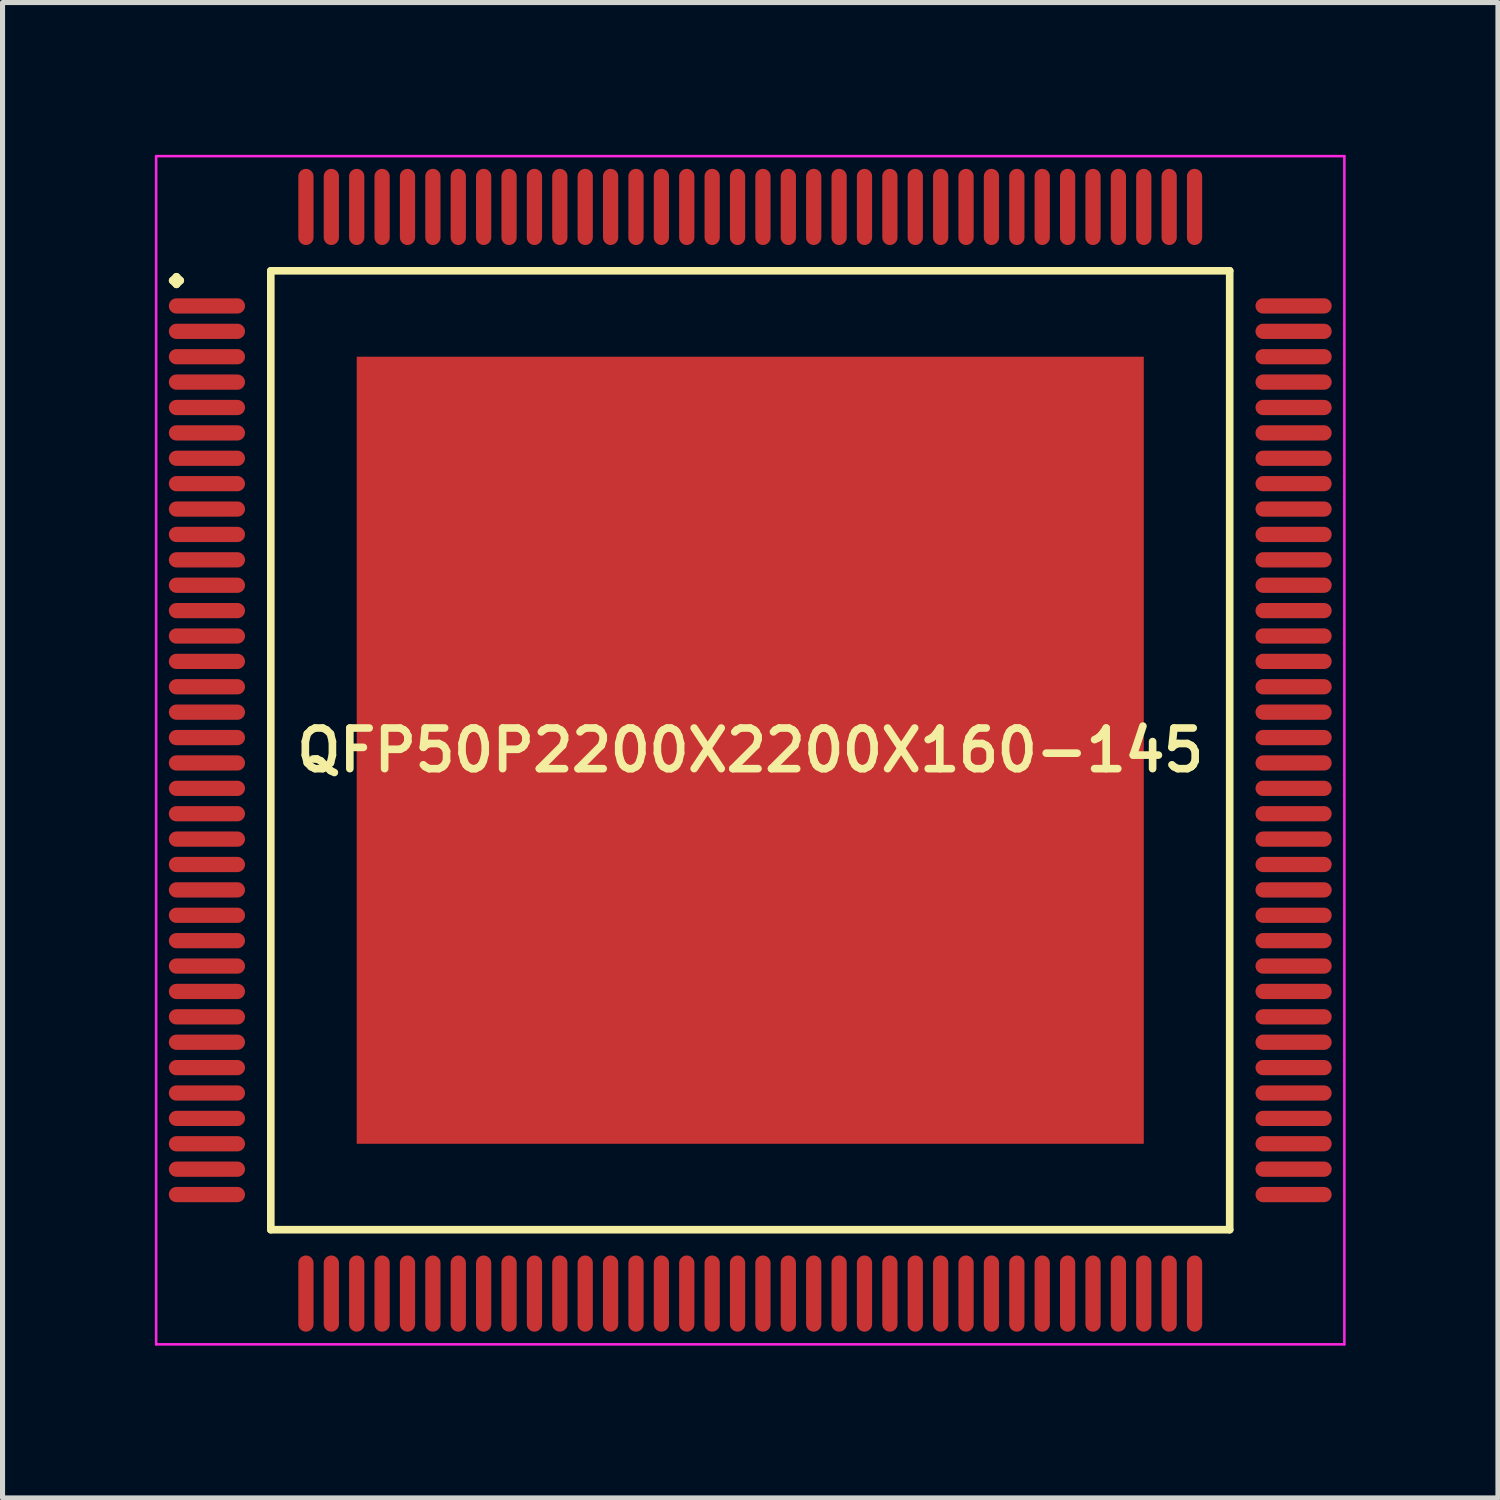
<source format=kicad_pcb>
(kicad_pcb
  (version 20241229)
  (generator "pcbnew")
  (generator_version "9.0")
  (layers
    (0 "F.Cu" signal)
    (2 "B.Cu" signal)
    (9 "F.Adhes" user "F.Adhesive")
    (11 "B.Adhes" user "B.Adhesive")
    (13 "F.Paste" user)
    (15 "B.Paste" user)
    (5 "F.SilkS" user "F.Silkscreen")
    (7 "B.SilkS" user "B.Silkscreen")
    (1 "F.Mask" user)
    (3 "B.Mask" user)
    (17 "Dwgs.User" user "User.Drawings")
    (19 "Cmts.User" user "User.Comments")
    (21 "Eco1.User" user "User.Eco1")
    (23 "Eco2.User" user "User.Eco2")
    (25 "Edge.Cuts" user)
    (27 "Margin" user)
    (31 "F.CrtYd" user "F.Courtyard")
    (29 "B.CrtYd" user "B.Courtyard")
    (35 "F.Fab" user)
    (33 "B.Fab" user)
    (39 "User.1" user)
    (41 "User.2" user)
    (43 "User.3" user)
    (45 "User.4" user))
  (footprint "QFP50P2200X2200X160-145"
    (layer "F.Cu")
    (at 11.725 11.725)
    (property "Reference" "QFP50P2200X2200X160-145" (at 0 0 0) (layer "F.SilkS") (effects (font (size 0.8 0.8) (thickness 0.15))))
    (attr smd)
    (fp_line (start -11.375 -9.25) (end -11.3 -9.325) (stroke (width 0.15) (type solid)) (layer "F.SilkS"))
    (fp_line (start -11.3 -9.325) (end -11.225 -9.25) (stroke (width 0.15) (type solid)) (layer "F.SilkS"))
    (fp_line (start -11.3 -9.175) (end -11.375 -9.25) (stroke (width 0.15) (type solid)) (layer "F.SilkS"))
    (fp_line (start -11.225 -9.25) (end -11.3 -9.175) (stroke (width 0.15) (type solid)) (layer "F.SilkS"))
    (fp_line (start -9.442 -9.442) (end -9.442 9.442) (stroke (width 0.15) (type solid)) (layer "F.SilkS"))
    (fp_line (start -9.442 9.442) (end 9.442 9.442) (stroke (width 0.15) (type solid)) (layer "F.SilkS"))
    (fp_line (start 9.442 -9.442) (end -9.442 -9.442) (stroke (width 0.15) (type solid)) (layer "F.SilkS"))
    (fp_line (start 9.442 9.442) (end 9.442 -9.442) (stroke (width 0.15) (type solid)) (layer "F.SilkS"))
    (fp_line (start -11.7 -11.7) (end 11.7 -11.7) (stroke (width 0.05) (type solid)) (layer "F.CrtYd"))
    (fp_line (start -11.7 11.7) (end -11.7 -11.7) (stroke (width 0.05) (type solid)) (layer "F.CrtYd"))
    (fp_line (start 11.7 -11.7) (end 11.7 11.7) (stroke (width 0.05) (type solid)) (layer "F.CrtYd"))
    (fp_line (start 11.7 11.7) (end -11.7 11.7) (stroke (width 0.05) (type solid)) (layer "F.CrtYd"))
    (pad "1" smd oval (at -10.7 -8.75) (size 1.5 0.3) (layers "F.Cu" "F.Mask" "F.Paste"))
    (pad "2" smd oval (at -10.7 -8.25) (size 1.5 0.3) (layers "F.Cu" "F.Mask" "F.Paste"))
    (pad "3" smd oval (at -10.7 -7.75) (size 1.5 0.3) (layers "F.Cu" "F.Mask" "F.Paste"))
    (pad "4" smd oval (at -10.7 -7.25) (size 1.5 0.3) (layers "F.Cu" "F.Mask" "F.Paste"))
    (pad "5" smd oval (at -10.7 -6.75) (size 1.5 0.3) (layers "F.Cu" "F.Mask" "F.Paste"))
    (pad "6" smd oval (at -10.7 -6.25) (size 1.5 0.3) (layers "F.Cu" "F.Mask" "F.Paste"))
    (pad "7" smd oval (at -10.7 -5.75) (size 1.5 0.3) (layers "F.Cu" "F.Mask" "F.Paste"))
    (pad "8" smd oval (at -10.7 -5.25) (size 1.5 0.3) (layers "F.Cu" "F.Mask" "F.Paste"))
    (pad "9" smd oval (at -10.7 -4.75) (size 1.5 0.3) (layers "F.Cu" "F.Mask" "F.Paste"))
    (pad "10" smd oval (at -10.7 -4.25) (size 1.5 0.3) (layers "F.Cu" "F.Mask" "F.Paste"))
    (pad "11" smd oval (at -10.7 -3.75) (size 1.5 0.3) (layers "F.Cu" "F.Mask" "F.Paste"))
    (pad "12" smd oval (at -10.7 -3.25) (size 1.5 0.3) (layers "F.Cu" "F.Mask" "F.Paste"))
    (pad "13" smd oval (at -10.7 -2.75) (size 1.5 0.3) (layers "F.Cu" "F.Mask" "F.Paste"))
    (pad "14" smd oval (at -10.7 -2.25) (size 1.5 0.3) (layers "F.Cu" "F.Mask" "F.Paste"))
    (pad "15" smd oval (at -10.7 -1.75) (size 1.5 0.3) (layers "F.Cu" "F.Mask" "F.Paste"))
    (pad "16" smd oval (at -10.7 -1.25) (size 1.5 0.3) (layers "F.Cu" "F.Mask" "F.Paste"))
    (pad "17" smd oval (at -10.7 -0.75) (size 1.5 0.3) (layers "F.Cu" "F.Mask" "F.Paste"))
    (pad "18" smd oval (at -10.7 -0.25) (size 1.5 0.3) (layers "F.Cu" "F.Mask" "F.Paste"))
    (pad "19" smd oval (at -10.7 0.25) (size 1.5 0.3) (layers "F.Cu" "F.Mask" "F.Paste"))
    (pad "20" smd oval (at -10.7 0.75) (size 1.5 0.3) (layers "F.Cu" "F.Mask" "F.Paste"))
    (pad "21" smd oval (at -10.7 1.25) (size 1.5 0.3) (layers "F.Cu" "F.Mask" "F.Paste"))
    (pad "22" smd oval (at -10.7 1.75) (size 1.5 0.3) (layers "F.Cu" "F.Mask" "F.Paste"))
    (pad "23" smd oval (at -10.7 2.25) (size 1.5 0.3) (layers "F.Cu" "F.Mask" "F.Paste"))
    (pad "24" smd oval (at -10.7 2.75) (size 1.5 0.3) (layers "F.Cu" "F.Mask" "F.Paste"))
    (pad "25" smd oval (at -10.7 3.25) (size 1.5 0.3) (layers "F.Cu" "F.Mask" "F.Paste"))
    (pad "26" smd oval (at -10.7 3.75) (size 1.5 0.3) (layers "F.Cu" "F.Mask" "F.Paste"))
    (pad "27" smd oval (at -10.7 4.25) (size 1.5 0.3) (layers "F.Cu" "F.Mask" "F.Paste"))
    (pad "28" smd oval (at -10.7 4.75) (size 1.5 0.3) (layers "F.Cu" "F.Mask" "F.Paste"))
    (pad "29" smd oval (at -10.7 5.25) (size 1.5 0.3) (layers "F.Cu" "F.Mask" "F.Paste"))
    (pad "30" smd oval (at -10.7 5.75) (size 1.5 0.3) (layers "F.Cu" "F.Mask" "F.Paste"))
    (pad "31" smd oval (at -10.7 6.25) (size 1.5 0.3) (layers "F.Cu" "F.Mask" "F.Paste"))
    (pad "32" smd oval (at -10.7 6.75) (size 1.5 0.3) (layers "F.Cu" "F.Mask" "F.Paste"))
    (pad "33" smd oval (at -10.7 7.25) (size 1.5 0.3) (layers "F.Cu" "F.Mask" "F.Paste"))
    (pad "34" smd oval (at -10.7 7.75) (size 1.5 0.3) (layers "F.Cu" "F.Mask" "F.Paste"))
    (pad "35" smd oval (at -10.7 8.25) (size 1.5 0.3) (layers "F.Cu" "F.Mask" "F.Paste"))
    (pad "36" smd oval (at -10.7 8.75) (size 1.5 0.3) (layers "F.Cu" "F.Mask" "F.Paste"))
    (pad "37" smd oval (at -8.75 10.7) (size 0.3 1.5) (layers "F.Cu" "F.Mask" "F.Paste"))
    (pad "38" smd oval (at -8.25 10.7) (size 0.3 1.5) (layers "F.Cu" "F.Mask" "F.Paste"))
    (pad "39" smd oval (at -7.75 10.7) (size 0.3 1.5) (layers "F.Cu" "F.Mask" "F.Paste"))
    (pad "40" smd oval (at -7.25 10.7) (size 0.3 1.5) (layers "F.Cu" "F.Mask" "F.Paste"))
    (pad "41" smd oval (at -6.75 10.7) (size 0.3 1.5) (layers "F.Cu" "F.Mask" "F.Paste"))
    (pad "42" smd oval (at -6.25 10.7) (size 0.3 1.5) (layers "F.Cu" "F.Mask" "F.Paste"))
    (pad "43" smd oval (at -5.75 10.7) (size 0.3 1.5) (layers "F.Cu" "F.Mask" "F.Paste"))
    (pad "44" smd oval (at -5.25 10.7) (size 0.3 1.5) (layers "F.Cu" "F.Mask" "F.Paste"))
    (pad "45" smd oval (at -4.75 10.7) (size 0.3 1.5) (layers "F.Cu" "F.Mask" "F.Paste"))
    (pad "46" smd oval (at -4.25 10.7) (size 0.3 1.5) (layers "F.Cu" "F.Mask" "F.Paste"))
    (pad "47" smd oval (at -3.75 10.7) (size 0.3 1.5) (layers "F.Cu" "F.Mask" "F.Paste"))
    (pad "48" smd oval (at -3.25 10.7) (size 0.3 1.5) (layers "F.Cu" "F.Mask" "F.Paste"))
    (pad "49" smd oval (at -2.75 10.7) (size 0.3 1.5) (layers "F.Cu" "F.Mask" "F.Paste"))
    (pad "50" smd oval (at -2.25 10.7) (size 0.3 1.5) (layers "F.Cu" "F.Mask" "F.Paste"))
    (pad "51" smd oval (at -1.75 10.7) (size 0.3 1.5) (layers "F.Cu" "F.Mask" "F.Paste"))
    (pad "52" smd oval (at -1.25 10.7) (size 0.3 1.5) (layers "F.Cu" "F.Mask" "F.Paste"))
    (pad "53" smd oval (at -0.75 10.7) (size 0.3 1.5) (layers "F.Cu" "F.Mask" "F.Paste"))
    (pad "54" smd oval (at -0.25 10.7) (size 0.3 1.5) (layers "F.Cu" "F.Mask" "F.Paste"))
    (pad "55" smd oval (at 0.25 10.7) (size 0.3 1.5) (layers "F.Cu" "F.Mask" "F.Paste"))
    (pad "56" smd oval (at 0.75 10.7) (size 0.3 1.5) (layers "F.Cu" "F.Mask" "F.Paste"))
    (pad "57" smd oval (at 1.25 10.7) (size 0.3 1.5) (layers "F.Cu" "F.Mask" "F.Paste"))
    (pad "58" smd oval (at 1.75 10.7) (size 0.3 1.5) (layers "F.Cu" "F.Mask" "F.Paste"))
    (pad "59" smd oval (at 2.25 10.7) (size 0.3 1.5) (layers "F.Cu" "F.Mask" "F.Paste"))
    (pad "60" smd oval (at 2.75 10.7) (size 0.3 1.5) (layers "F.Cu" "F.Mask" "F.Paste"))
    (pad "61" smd oval (at 3.25 10.7) (size 0.3 1.5) (layers "F.Cu" "F.Mask" "F.Paste"))
    (pad "62" smd oval (at 3.75 10.7) (size 0.3 1.5) (layers "F.Cu" "F.Mask" "F.Paste"))
    (pad "63" smd oval (at 4.25 10.7) (size 0.3 1.5) (layers "F.Cu" "F.Mask" "F.Paste"))
    (pad "64" smd oval (at 4.75 10.7) (size 0.3 1.5) (layers "F.Cu" "F.Mask" "F.Paste"))
    (pad "65" smd oval (at 5.25 10.7) (size 0.3 1.5) (layers "F.Cu" "F.Mask" "F.Paste"))
    (pad "66" smd oval (at 5.75 10.7) (size 0.3 1.5) (layers "F.Cu" "F.Mask" "F.Paste"))
    (pad "67" smd oval (at 6.25 10.7) (size 0.3 1.5) (layers "F.Cu" "F.Mask" "F.Paste"))
    (pad "68" smd oval (at 6.75 10.7) (size 0.3 1.5) (layers "F.Cu" "F.Mask" "F.Paste"))
    (pad "69" smd oval (at 7.25 10.7) (size 0.3 1.5) (layers "F.Cu" "F.Mask" "F.Paste"))
    (pad "70" smd oval (at 7.75 10.7) (size 0.3 1.5) (layers "F.Cu" "F.Mask" "F.Paste"))
    (pad "71" smd oval (at 8.25 10.7) (size 0.3 1.5) (layers "F.Cu" "F.Mask" "F.Paste"))
    (pad "72" smd oval (at 8.75 10.7) (size 0.3 1.5) (layers "F.Cu" "F.Mask" "F.Paste"))
    (pad "73" smd oval (at 10.7 8.75) (size 1.5 0.3) (layers "F.Cu" "F.Mask" "F.Paste"))
    (pad "74" smd oval (at 10.7 8.25) (size 1.5 0.3) (layers "F.Cu" "F.Mask" "F.Paste"))
    (pad "75" smd oval (at 10.7 7.75) (size 1.5 0.3) (layers "F.Cu" "F.Mask" "F.Paste"))
    (pad "76" smd oval (at 10.7 7.25) (size 1.5 0.3) (layers "F.Cu" "F.Mask" "F.Paste"))
    (pad "77" smd oval (at 10.7 6.75) (size 1.5 0.3) (layers "F.Cu" "F.Mask" "F.Paste"))
    (pad "78" smd oval (at 10.7 6.25) (size 1.5 0.3) (layers "F.Cu" "F.Mask" "F.Paste"))
    (pad "79" smd oval (at 10.7 5.75) (size 1.5 0.3) (layers "F.Cu" "F.Mask" "F.Paste"))
    (pad "80" smd oval (at 10.7 5.25) (size 1.5 0.3) (layers "F.Cu" "F.Mask" "F.Paste"))
    (pad "81" smd oval (at 10.7 4.75) (size 1.5 0.3) (layers "F.Cu" "F.Mask" "F.Paste"))
    (pad "82" smd oval (at 10.7 4.25) (size 1.5 0.3) (layers "F.Cu" "F.Mask" "F.Paste"))
    (pad "83" smd oval (at 10.7 3.75) (size 1.5 0.3) (layers "F.Cu" "F.Mask" "F.Paste"))
    (pad "84" smd oval (at 10.7 3.25) (size 1.5 0.3) (layers "F.Cu" "F.Mask" "F.Paste"))
    (pad "85" smd oval (at 10.7 2.75) (size 1.5 0.3) (layers "F.Cu" "F.Mask" "F.Paste"))
    (pad "86" smd oval (at 10.7 2.25) (size 1.5 0.3) (layers "F.Cu" "F.Mask" "F.Paste"))
    (pad "87" smd oval (at 10.7 1.75) (size 1.5 0.3) (layers "F.Cu" "F.Mask" "F.Paste"))
    (pad "88" smd oval (at 10.7 1.25) (size 1.5 0.3) (layers "F.Cu" "F.Mask" "F.Paste"))
    (pad "89" smd oval (at 10.7 0.75) (size 1.5 0.3) (layers "F.Cu" "F.Mask" "F.Paste"))
    (pad "90" smd oval (at 10.7 0.25) (size 1.5 0.3) (layers "F.Cu" "F.Mask" "F.Paste"))
    (pad "91" smd oval (at 10.7 -0.25) (size 1.5 0.3) (layers "F.Cu" "F.Mask" "F.Paste"))
    (pad "92" smd oval (at 10.7 -0.75) (size 1.5 0.3) (layers "F.Cu" "F.Mask" "F.Paste"))
    (pad "93" smd oval (at 10.7 -1.25) (size 1.5 0.3) (layers "F.Cu" "F.Mask" "F.Paste"))
    (pad "94" smd oval (at 10.7 -1.75) (size 1.5 0.3) (layers "F.Cu" "F.Mask" "F.Paste"))
    (pad "95" smd oval (at 10.7 -2.25) (size 1.5 0.3) (layers "F.Cu" "F.Mask" "F.Paste"))
    (pad "96" smd oval (at 10.7 -2.75) (size 1.5 0.3) (layers "F.Cu" "F.Mask" "F.Paste"))
    (pad "97" smd oval (at 10.7 -3.25) (size 1.5 0.3) (layers "F.Cu" "F.Mask" "F.Paste"))
    (pad "98" smd oval (at 10.7 -3.75) (size 1.5 0.3) (layers "F.Cu" "F.Mask" "F.Paste"))
    (pad "99" smd oval (at 10.7 -4.25) (size 1.5 0.3) (layers "F.Cu" "F.Mask" "F.Paste"))
    (pad "100" smd oval (at 10.7 -4.75) (size 1.5 0.3) (layers "F.Cu" "F.Mask" "F.Paste"))
    (pad "101" smd oval (at 10.7 -5.25) (size 1.5 0.3) (layers "F.Cu" "F.Mask" "F.Paste"))
    (pad "102" smd oval (at 10.7 -5.75) (size 1.5 0.3) (layers "F.Cu" "F.Mask" "F.Paste"))
    (pad "103" smd oval (at 10.7 -6.25) (size 1.5 0.3) (layers "F.Cu" "F.Mask" "F.Paste"))
    (pad "104" smd oval (at 10.7 -6.75) (size 1.5 0.3) (layers "F.Cu" "F.Mask" "F.Paste"))
    (pad "105" smd oval (at 10.7 -7.25) (size 1.5 0.3) (layers "F.Cu" "F.Mask" "F.Paste"))
    (pad "106" smd oval (at 10.7 -7.75) (size 1.5 0.3) (layers "F.Cu" "F.Mask" "F.Paste"))
    (pad "107" smd oval (at 10.7 -8.25) (size 1.5 0.3) (layers "F.Cu" "F.Mask" "F.Paste"))
    (pad "108" smd oval (at 10.7 -8.75) (size 1.5 0.3) (layers "F.Cu" "F.Mask" "F.Paste"))
    (pad "109" smd oval (at 8.75 -10.7) (size 0.3 1.5) (layers "F.Cu" "F.Mask" "F.Paste"))
    (pad "110" smd oval (at 8.25 -10.7) (size 0.3 1.5) (layers "F.Cu" "F.Mask" "F.Paste"))
    (pad "111" smd oval (at 7.75 -10.7) (size 0.3 1.5) (layers "F.Cu" "F.Mask" "F.Paste"))
    (pad "112" smd oval (at 7.25 -10.7) (size 0.3 1.5) (layers "F.Cu" "F.Mask" "F.Paste"))
    (pad "113" smd oval (at 6.75 -10.7) (size 0.3 1.5) (layers "F.Cu" "F.Mask" "F.Paste"))
    (pad "114" smd oval (at 6.25 -10.7) (size 0.3 1.5) (layers "F.Cu" "F.Mask" "F.Paste"))
    (pad "115" smd oval (at 5.75 -10.7) (size 0.3 1.5) (layers "F.Cu" "F.Mask" "F.Paste"))
    (pad "116" smd oval (at 5.25 -10.7) (size 0.3 1.5) (layers "F.Cu" "F.Mask" "F.Paste"))
    (pad "117" smd oval (at 4.75 -10.7) (size 0.3 1.5) (layers "F.Cu" "F.Mask" "F.Paste"))
    (pad "118" smd oval (at 4.25 -10.7) (size 0.3 1.5) (layers "F.Cu" "F.Mask" "F.Paste"))
    (pad "119" smd oval (at 3.75 -10.7) (size 0.3 1.5) (layers "F.Cu" "F.Mask" "F.Paste"))
    (pad "120" smd oval (at 3.25 -10.7) (size 0.3 1.5) (layers "F.Cu" "F.Mask" "F.Paste"))
    (pad "121" smd oval (at 2.75 -10.7) (size 0.3 1.5) (layers "F.Cu" "F.Mask" "F.Paste"))
    (pad "122" smd oval (at 2.25 -10.7) (size 0.3 1.5) (layers "F.Cu" "F.Mask" "F.Paste"))
    (pad "123" smd oval (at 1.75 -10.7) (size 0.3 1.5) (layers "F.Cu" "F.Mask" "F.Paste"))
    (pad "124" smd oval (at 1.25 -10.7) (size 0.3 1.5) (layers "F.Cu" "F.Mask" "F.Paste"))
    (pad "125" smd oval (at 0.75 -10.7) (size 0.3 1.5) (layers "F.Cu" "F.Mask" "F.Paste"))
    (pad "126" smd oval (at 0.25 -10.7) (size 0.3 1.5) (layers "F.Cu" "F.Mask" "F.Paste"))
    (pad "127" smd oval (at -0.25 -10.7) (size 0.3 1.5) (layers "F.Cu" "F.Mask" "F.Paste"))
    (pad "128" smd oval (at -0.75 -10.7) (size 0.3 1.5) (layers "F.Cu" "F.Mask" "F.Paste"))
    (pad "129" smd oval (at -1.25 -10.7) (size 0.3 1.5) (layers "F.Cu" "F.Mask" "F.Paste"))
    (pad "130" smd oval (at -1.75 -10.7) (size 0.3 1.5) (layers "F.Cu" "F.Mask" "F.Paste"))
    (pad "131" smd oval (at -2.25 -10.7) (size 0.3 1.5) (layers "F.Cu" "F.Mask" "F.Paste"))
    (pad "132" smd oval (at -2.75 -10.7) (size 0.3 1.5) (layers "F.Cu" "F.Mask" "F.Paste"))
    (pad "133" smd oval (at -3.25 -10.7) (size 0.3 1.5) (layers "F.Cu" "F.Mask" "F.Paste"))
    (pad "134" smd oval (at -3.75 -10.7) (size 0.3 1.5) (layers "F.Cu" "F.Mask" "F.Paste"))
    (pad "135" smd oval (at -4.25 -10.7) (size 0.3 1.5) (layers "F.Cu" "F.Mask" "F.Paste"))
    (pad "136" smd oval (at -4.75 -10.7) (size 0.3 1.5) (layers "F.Cu" "F.Mask" "F.Paste"))
    (pad "137" smd oval (at -5.25 -10.7) (size 0.3 1.5) (layers "F.Cu" "F.Mask" "F.Paste"))
    (pad "138" smd oval (at -5.75 -10.7) (size 0.3 1.5) (layers "F.Cu" "F.Mask" "F.Paste"))
    (pad "139" smd oval (at -6.25 -10.7) (size 0.3 1.5) (layers "F.Cu" "F.Mask" "F.Paste"))
    (pad "140" smd oval (at -6.75 -10.7) (size 0.3 1.5) (layers "F.Cu" "F.Mask" "F.Paste"))
    (pad "141" smd oval (at -7.25 -10.7) (size 0.3 1.5) (layers "F.Cu" "F.Mask" "F.Paste"))
    (pad "142" smd oval (at -7.75 -10.7) (size 0.3 1.5) (layers "F.Cu" "F.Mask" "F.Paste"))
    (pad "143" smd oval (at -8.25 -10.7) (size 0.3 1.5) (layers "F.Cu" "F.Mask" "F.Paste"))
    (pad "144" smd oval (at -8.75 -10.7) (size 0.3 1.5) (layers "F.Cu" "F.Mask" "F.Paste"))
    (pad "145" smd rect (at 0 0) (size 15.5 15.5) (layers "F.Cu" "F.Mask" "F.Paste")))
  (gr_rect
    (start -3 -3)
    (end 26.45 26.45)
    (stroke (width 0.1) (type default))
    (fill no)
    (layer "Edge.Cuts")))
</source>
